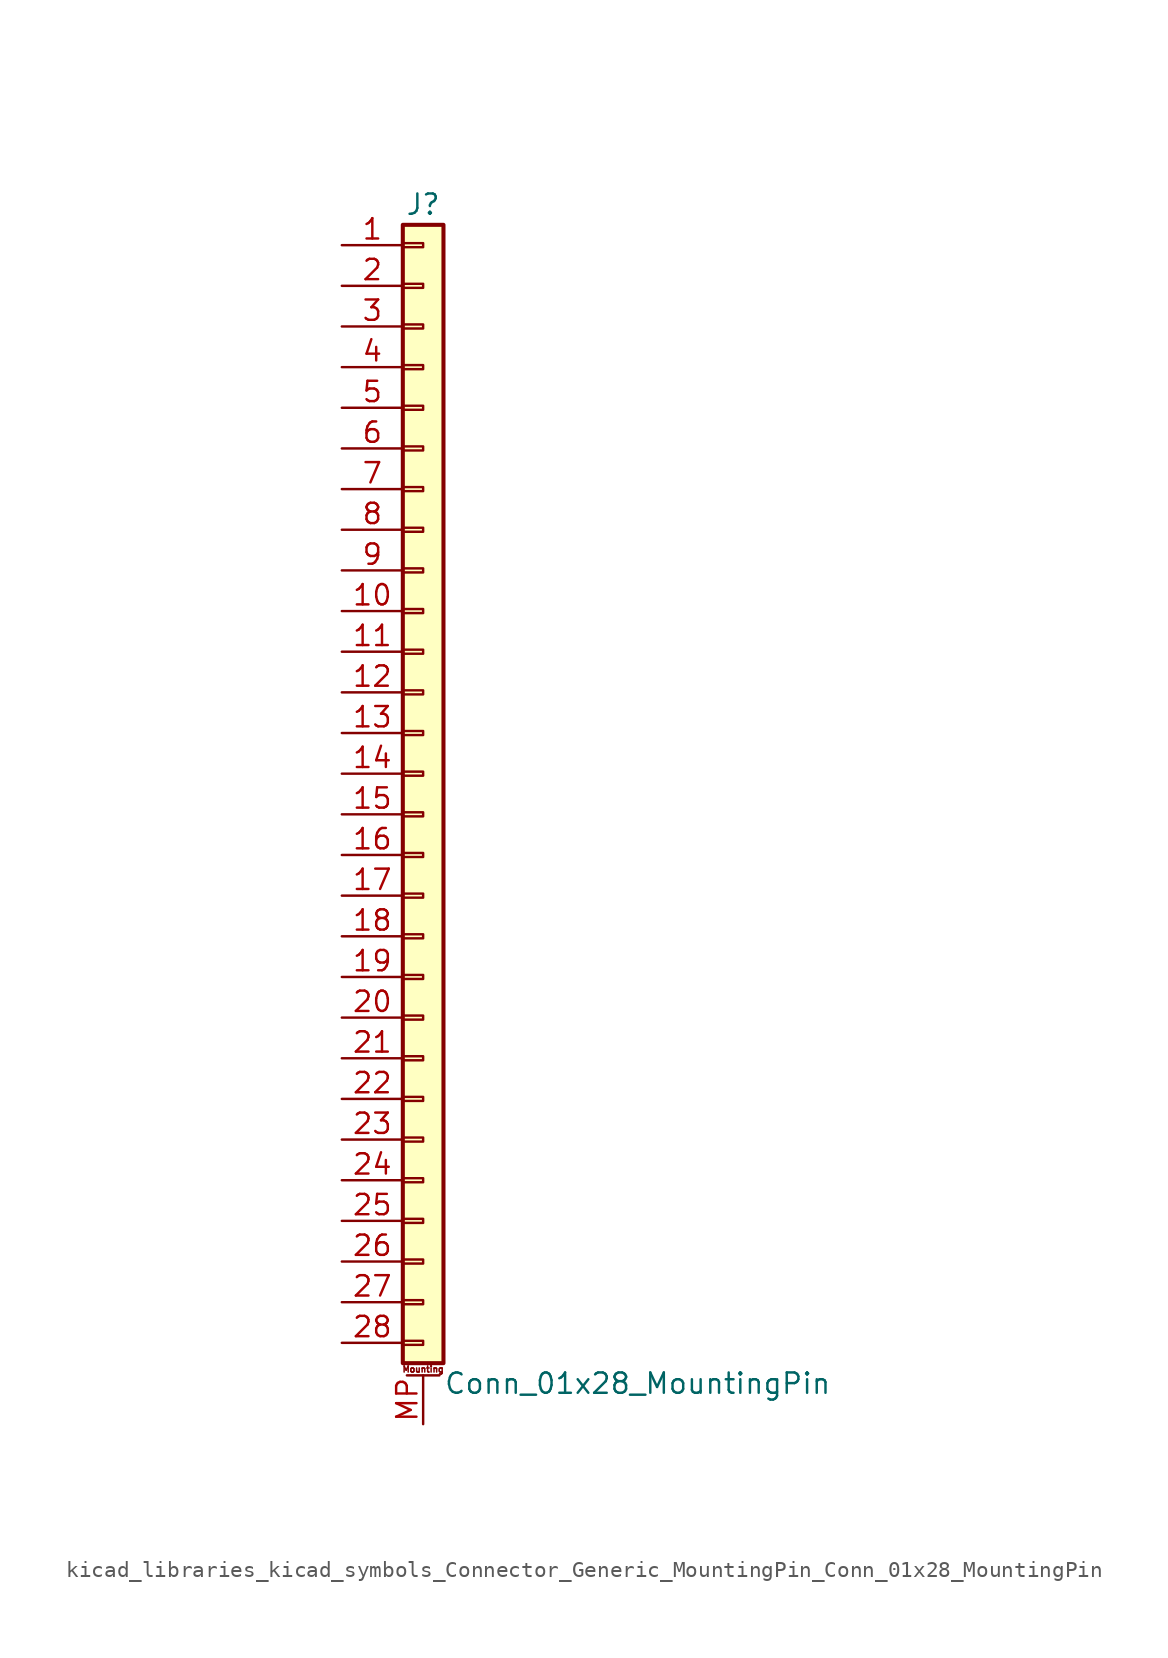
<source format=kicad_sym>
(kicad_symbol_lib
  (version 20220914)
  (generator kicad_symbol_editor)
  (symbol "kicad_libraries_kicad_symbols_Connector_Generic_MountingPin_Conn_01x28_MountingPin"
    (pin_names
      (offset 1.016) hide)
    (property "Reference" "J"
      (at 0 35.56 0)
      (effects (font (size 1.27 1.27))))
    (property "Value" "Conn_01x28_MountingPin"
      (at 1.27 -38.1 0)
      (effects (font (size 1.27 1.27)) (justify left)))
    (symbol "kicad_libraries_kicad_symbols_Connector_Generic_MountingPin_Conn_01x28_MountingPin_1_1"
      (rectangle (start -1.27 -35.433) (end 0 -35.687) (stroke (width 0.152) (type default)) (fill (type none)))
      (rectangle (start -1.27 -32.893) (end 0 -33.147) (stroke (width 0.152) (type default)) (fill (type none)))
      (rectangle (start -1.27 -30.353) (end 0 -30.607) (stroke (width 0.152) (type default)) (fill (type none)))
      (rectangle (start -1.27 -27.813) (end 0 -28.067) (stroke (width 0.152) (type default)) (fill (type none)))
      (rectangle (start -1.27 -25.273) (end 0 -25.527) (stroke (width 0.152) (type default)) (fill (type none)))
      (rectangle (start -1.27 -22.733) (end 0 -22.987) (stroke (width 0.152) (type default)) (fill (type none)))
      (rectangle (start -1.27 -20.193) (end 0 -20.447) (stroke (width 0.152) (type default)) (fill (type none)))
      (rectangle (start -1.27 -17.653) (end 0 -17.907) (stroke (width 0.152) (type default)) (fill (type none)))
      (rectangle (start -1.27 -15.113) (end 0 -15.367) (stroke (width 0.152) (type default)) (fill (type none)))
      (rectangle (start -1.27 -12.573) (end 0 -12.827) (stroke (width 0.152) (type default)) (fill (type none)))
      (rectangle (start -1.27 -10.033) (end 0 -10.287) (stroke (width 0.152) (type default)) (fill (type none)))
      (rectangle (start -1.27 -7.493) (end 0 -7.747) (stroke (width 0.152) (type default)) (fill (type none)))
      (rectangle (start -1.27 -4.953) (end 0 -5.207) (stroke (width 0.152) (type default)) (fill (type none)))
      (rectangle (start -1.27 -2.413) (end 0 -2.667) (stroke (width 0.152) (type default)) (fill (type none)))
      (rectangle (start -1.27 0.127) (end 0 -0.127) (stroke (width 0.152) (type default)) (fill (type none)))
      (rectangle (start -1.27 2.667) (end 0 2.413) (stroke (width 0.152) (type default)) (fill (type none)))
      (rectangle (start -1.27 5.207) (end 0 4.953) (stroke (width 0.152) (type default)) (fill (type none)))
      (rectangle (start -1.27 7.747) (end 0 7.493) (stroke (width 0.152) (type default)) (fill (type none)))
      (rectangle (start -1.27 10.287) (end 0 10.033) (stroke (width 0.152) (type default)) (fill (type none)))
      (rectangle (start -1.27 12.827) (end 0 12.573) (stroke (width 0.152) (type default)) (fill (type none)))
      (rectangle (start -1.27 15.367) (end 0 15.113) (stroke (width 0.152) (type default)) (fill (type none)))
      (rectangle (start -1.27 17.907) (end 0 17.653) (stroke (width 0.152) (type default)) (fill (type none)))
      (rectangle (start -1.27 20.447) (end 0 20.193) (stroke (width 0.152) (type default)) (fill (type none)))
      (rectangle (start -1.27 22.987) (end 0 22.733) (stroke (width 0.152) (type default)) (fill (type none)))
      (rectangle (start -1.27 25.527) (end 0 25.273) (stroke (width 0.152) (type default)) (fill (type none)))
      (rectangle (start -1.27 28.067) (end 0 27.813) (stroke (width 0.152) (type default)) (fill (type none)))
      (rectangle (start -1.27 30.607) (end 0 30.353) (stroke (width 0.152) (type default)) (fill (type none)))
      (rectangle (start -1.27 33.147) (end 0 32.893) (stroke (width 0.152) (type default)) (fill (type none)))
      (rectangle (start -1.27 34.29) (end 1.27 -36.83) (stroke (width 0.254) (type default)) (fill (type background)))
      (polyline (pts (xy -1.016 -37.592) (xy 1.016 -37.592)) (stroke (width 0.152) (type default)) (fill (type none)))
      (text "Mounting" (at 0 -37.211 0) (effects (font (size 0.381 0.381))))
      (pin passive line (at -5.08 33.02 0) (length 3.81) (name "Pin_1" (effects (font (size 1.27 1.27)))) (number "1" (effects (font (size 1.27 1.27)))))
      (pin passive line (at -5.08 10.16 0) (length 3.81) (name "Pin_10" (effects (font (size 1.27 1.27)))) (number "10" (effects (font (size 1.27 1.27)))))
      (pin passive line (at -5.08 7.62 0) (length 3.81) (name "Pin_11" (effects (font (size 1.27 1.27)))) (number "11" (effects (font (size 1.27 1.27)))))
      (pin passive line (at -5.08 5.08 0) (length 3.81) (name "Pin_12" (effects (font (size 1.27 1.27)))) (number "12" (effects (font (size 1.27 1.27)))))
      (pin passive line (at -5.08 2.54 0) (length 3.81) (name "Pin_13" (effects (font (size 1.27 1.27)))) (number "13" (effects (font (size 1.27 1.27)))))
      (pin passive line (at -5.08 0 0) (length 3.81) (name "Pin_14" (effects (font (size 1.27 1.27)))) (number "14" (effects (font (size 1.27 1.27)))))
      (pin passive line (at -5.08 -2.54 0) (length 3.81) (name "Pin_15" (effects (font (size 1.27 1.27)))) (number "15" (effects (font (size 1.27 1.27)))))
      (pin passive line (at -5.08 -5.08 0) (length 3.81) (name "Pin_16" (effects (font (size 1.27 1.27)))) (number "16" (effects (font (size 1.27 1.27)))))
      (pin passive line (at -5.08 -7.62 0) (length 3.81) (name "Pin_17" (effects (font (size 1.27 1.27)))) (number "17" (effects (font (size 1.27 1.27)))))
      (pin passive line (at -5.08 -10.16 0) (length 3.81) (name "Pin_18" (effects (font (size 1.27 1.27)))) (number "18" (effects (font (size 1.27 1.27)))))
      (pin passive line (at -5.08 -12.7 0) (length 3.81) (name "Pin_19" (effects (font (size 1.27 1.27)))) (number "19" (effects (font (size 1.27 1.27)))))
      (pin passive line (at -5.08 30.48 0) (length 3.81) (name "Pin_2" (effects (font (size 1.27 1.27)))) (number "2" (effects (font (size 1.27 1.27)))))
      (pin passive line (at -5.08 -15.24 0) (length 3.81) (name "Pin_20" (effects (font (size 1.27 1.27)))) (number "20" (effects (font (size 1.27 1.27)))))
      (pin passive line (at -5.08 -17.78 0) (length 3.81) (name "Pin_21" (effects (font (size 1.27 1.27)))) (number "21" (effects (font (size 1.27 1.27)))))
      (pin passive line (at -5.08 -20.32 0) (length 3.81) (name "Pin_22" (effects (font (size 1.27 1.27)))) (number "22" (effects (font (size 1.27 1.27)))))
      (pin passive line (at -5.08 -22.86 0) (length 3.81) (name "Pin_23" (effects (font (size 1.27 1.27)))) (number "23" (effects (font (size 1.27 1.27)))))
      (pin passive line (at -5.08 -25.4 0) (length 3.81) (name "Pin_24" (effects (font (size 1.27 1.27)))) (number "24" (effects (font (size 1.27 1.27)))))
      (pin passive line (at -5.08 -27.94 0) (length 3.81) (name "Pin_25" (effects (font (size 1.27 1.27)))) (number "25" (effects (font (size 1.27 1.27)))))
      (pin passive line (at -5.08 -30.48 0) (length 3.81) (name "Pin_26" (effects (font (size 1.27 1.27)))) (number "26" (effects (font (size 1.27 1.27)))))
      (pin passive line (at -5.08 -33.02 0) (length 3.81) (name "Pin_27" (effects (font (size 1.27 1.27)))) (number "27" (effects (font (size 1.27 1.27)))))
      (pin passive line (at -5.08 -35.56 0) (length 3.81) (name "Pin_28" (effects (font (size 1.27 1.27)))) (number "28" (effects (font (size 1.27 1.27)))))
      (pin passive line (at -5.08 27.94 0) (length 3.81) (name "Pin_3" (effects (font (size 1.27 1.27)))) (number "3" (effects (font (size 1.27 1.27)))))
      (pin passive line (at -5.08 25.4 0) (length 3.81) (name "Pin_4" (effects (font (size 1.27 1.27)))) (number "4" (effects (font (size 1.27 1.27)))))
      (pin passive line (at -5.08 22.86 0) (length 3.81) (name "Pin_5" (effects (font (size 1.27 1.27)))) (number "5" (effects (font (size 1.27 1.27)))))
      (pin passive line (at -5.08 20.32 0) (length 3.81) (name "Pin_6" (effects (font (size 1.27 1.27)))) (number "6" (effects (font (size 1.27 1.27)))))
      (pin passive line (at -5.08 17.78 0) (length 3.81) (name "Pin_7" (effects (font (size 1.27 1.27)))) (number "7" (effects (font (size 1.27 1.27)))))
      (pin passive line (at -5.08 15.24 0) (length 3.81) (name "Pin_8" (effects (font (size 1.27 1.27)))) (number "8" (effects (font (size 1.27 1.27)))))
      (pin passive line (at -5.08 12.7 0) (length 3.81) (name "Pin_9" (effects (font (size 1.27 1.27)))) (number "9" (effects (font (size 1.27 1.27)))))
      (pin passive line (at 0 -40.64 90) (length 3.048) (name "MountPin" (effects (font (size 1.27 1.27)))) (number "MP" (effects (font (size 1.27 1.27))))))))
</source>
